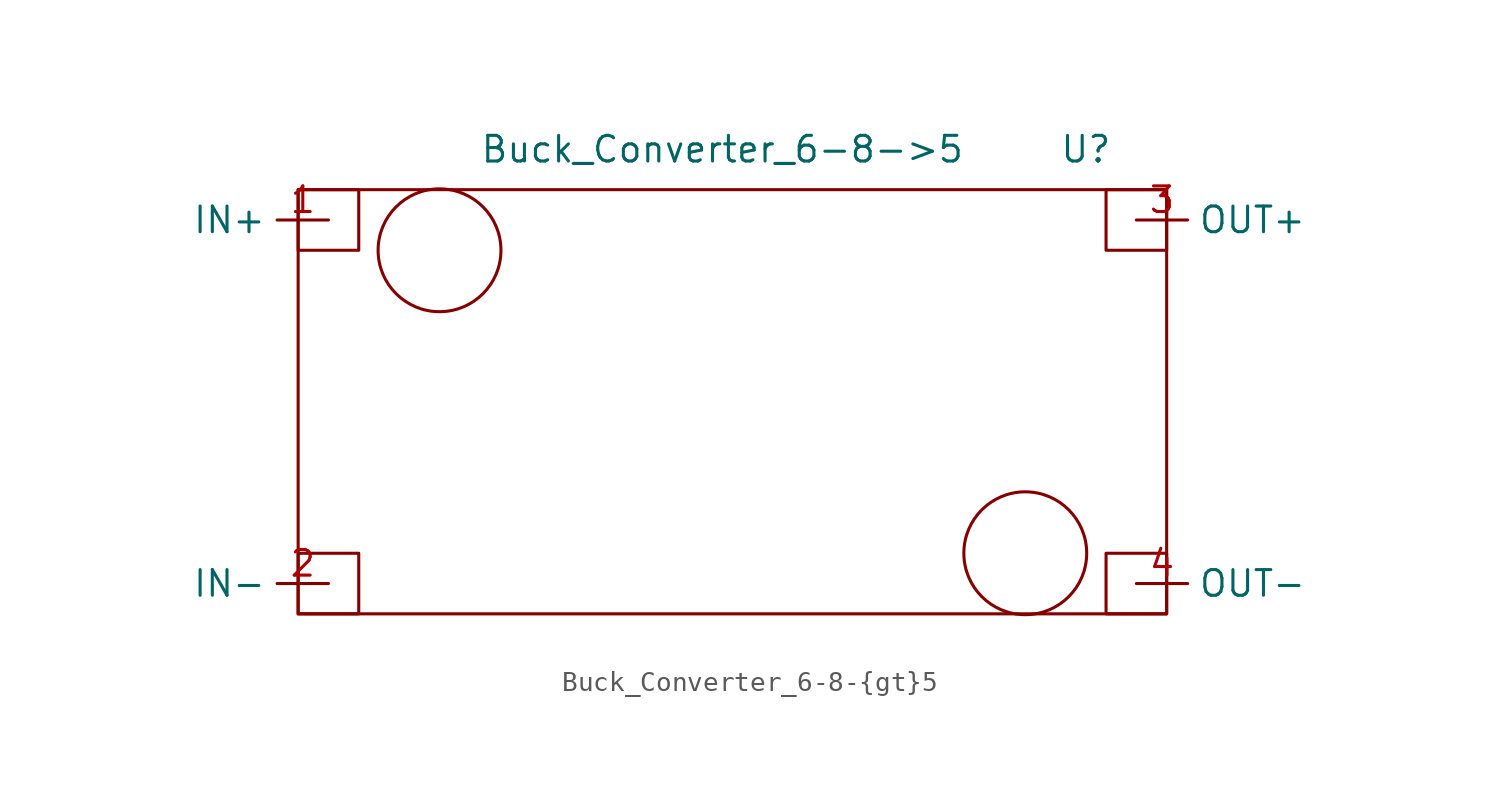
<source format=kicad_sym>
(kicad_symbol_lib
  (version 20211014)
  (generator kicad_symbol_editor)
  (symbol "Buck_Converter_6-8-{gt}5"
    (property "Reference" "U"
      (at 17.5 23 0)
      (effects (font (size 1.27 1.27))))
    (property "Value" "Buck_Converter_6-8-{gt}5"
      (at -0.5 23 0)
      (effects (font (size 1.27 1.27))))
    (symbol "Buck_Converter_6-8-{gt}5_0_1"
      (rectangle (start -21.5 0) (end -18.5 3) (stroke (width 0) (type default) (color 0 0 0 0)) (fill (type none)))
      (rectangle (start -21.5 0) (end 21.5 21) (stroke (width 0) (type default) (color 0 0 0 0)) (fill (type none)))
      (rectangle (start -21.5 21) (end -18.5 18) (stroke (width 0) (type default) (color 0 0 0 0)) (fill (type none)))
      (circle (center -14.5 18) (radius 3.041) (stroke (width 0) (type default) (color 0 0 0 0)) (fill (type none)))
      (circle (center 14.5 3) (radius 3.041) (stroke (width 0) (type default) (color 0 0 0 0)) (fill (type none)))
      (rectangle (start 21.5 0) (end 18.5 3) (stroke (width 0) (type default) (color 0 0 0 0)) (fill (type none)))
      (rectangle (start 21.5 21) (end 18.5 18) (stroke (width 0) (type default) (color 0 0 0 0)) (fill (type none))))
    (symbol "Buck_Converter_6-8-{gt}5_1_1"
      (pin power_in line (at -20 19.5 180) (length 2.54) (name "IN+" (effects (font (size 1.27 1.27)))) (number "1" (effects (font (size 1.27 1.27)))))
      (pin power_in line (at -20 1.5 180) (length 2.54) (name "IN-" (effects (font (size 1.27 1.27)))) (number "2" (effects (font (size 1.27 1.27)))))
      (pin power_out line (at 20 19.5 0) (length 2.54) (name "OUT+" (effects (font (size 1.27 1.27)))) (number "3" (effects (font (size 1.27 1.27)))))
      (pin power_out line (at 20 1.5 0) (length 2.54) (name "OUT-" (effects (font (size 1.27 1.27)))) (number "4" (effects (font (size 1.27 1.27))))))))
</source>
